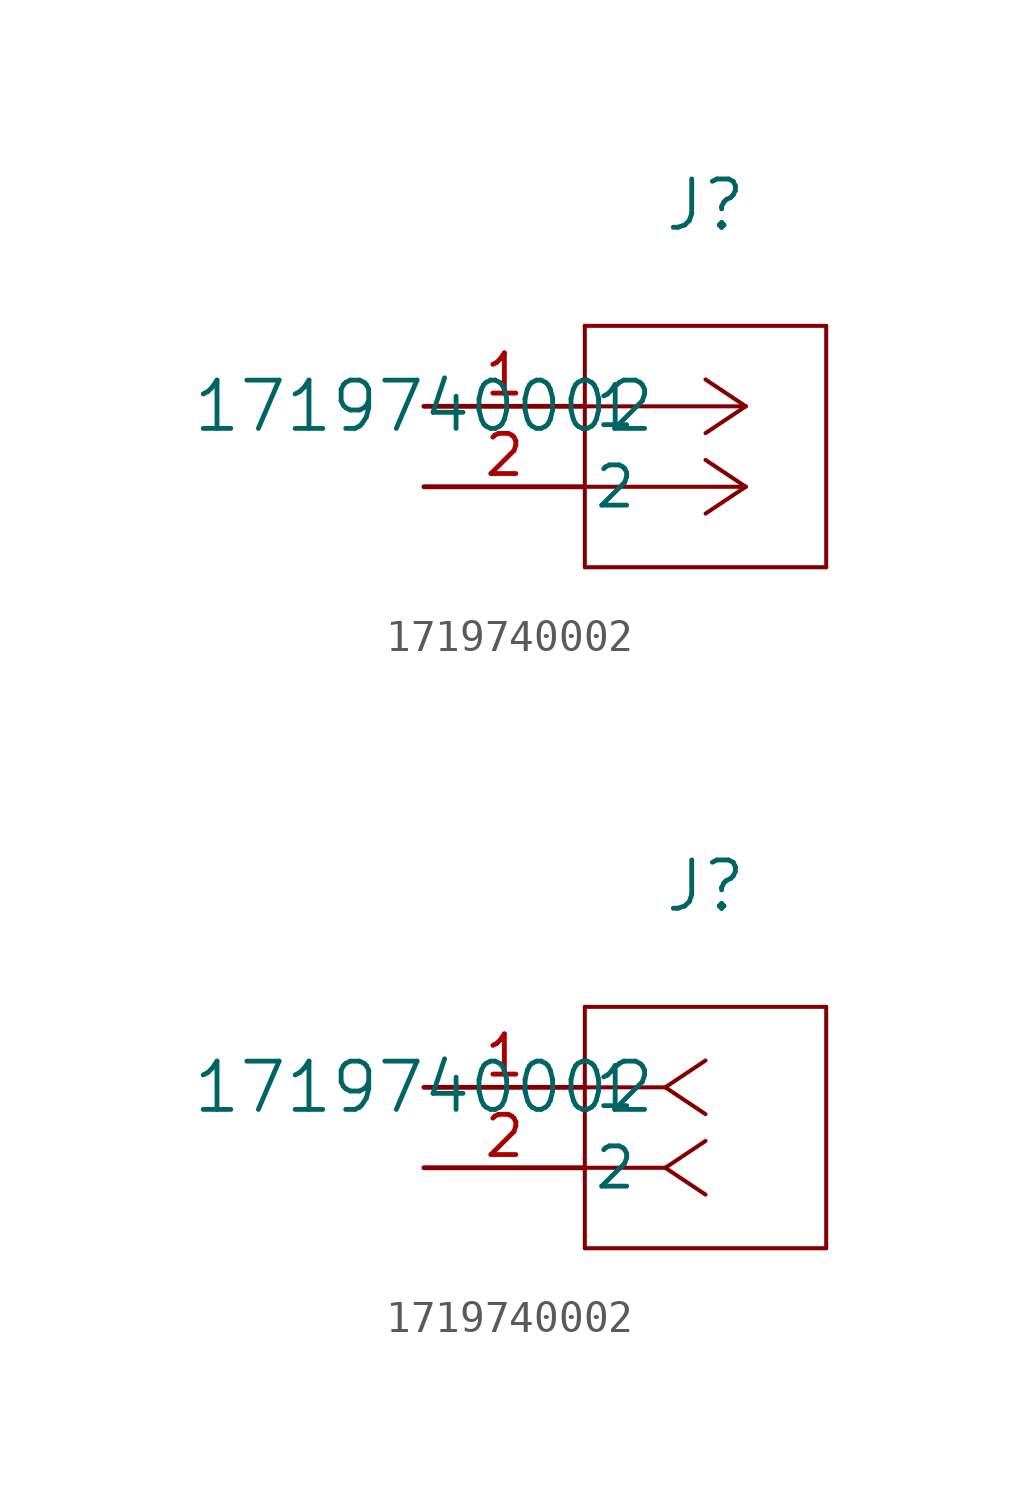
<source format=kicad_sym>
(kicad_symbol_lib
  (version 20211014)
  (generator kicad_symbol_editor)
  (symbol "1719740002"
    (pin_names
      (offset 0.254))
    (property "Reference" "J"
      (at 8.89 6.35 0)
      (effects (font (size 1.524 1.524))))
    (property "Value" "1719740002"
      (at 0 0 0)
      (effects (font (size 1.524 1.524))))
    (symbol "1719740002_1_1"
      (polyline (pts (xy 10.16 0) (xy 5.08 0)) (stroke (width 0.127) (type default) (color 0 0 0 0)) (fill (type none)))
      (polyline (pts (xy 10.16 -2.54) (xy 5.08 -2.54)) (stroke (width 0.127) (type default) (color 0 0 0 0)) (fill (type none)))
      (polyline (pts (xy 10.16 0) (xy 8.89 0.847)) (stroke (width 0.127) (type default) (color 0 0 0 0)) (fill (type none)))
      (polyline (pts (xy 10.16 -2.54) (xy 8.89 -1.693)) (stroke (width 0.127) (type default) (color 0 0 0 0)) (fill (type none)))
      (polyline (pts (xy 10.16 0) (xy 8.89 -0.847)) (stroke (width 0.127) (type default) (color 0 0 0 0)) (fill (type none)))
      (polyline (pts (xy 10.16 -2.54) (xy 8.89 -3.387)) (stroke (width 0.127) (type default) (color 0 0 0 0)) (fill (type none)))
      (polyline (pts (xy 5.08 2.54) (xy 5.08 -5.08)) (stroke (width 0.127) (type default) (color 0 0 0 0)) (fill (type none)))
      (polyline (pts (xy 5.08 -5.08) (xy 12.7 -5.08)) (stroke (width 0.127) (type default) (color 0 0 0 0)) (fill (type none)))
      (polyline (pts (xy 12.7 -5.08) (xy 12.7 2.54)) (stroke (width 0.127) (type default) (color 0 0 0 0)) (fill (type none)))
      (polyline (pts (xy 12.7 2.54) (xy 5.08 2.54)) (stroke (width 0.127) (type default) (color 0 0 0 0)) (fill (type none)))
      (pin unspecified line (at 0 0 0) (length 5.08) (name "1" (effects (font (size 1.27 1.27)))) (number "1" (effects (font (size 1.27 1.27)))))
      (pin unspecified line (at 0 -2.54 0) (length 5.08) (name "2" (effects (font (size 1.27 1.27)))) (number "2" (effects (font (size 1.27 1.27))))))
    (symbol "1719740002_1_2"
      (polyline (pts (xy 7.62 0) (xy 5.08 0)) (stroke (width 0.127) (type default) (color 0 0 0 0)) (fill (type none)))
      (polyline (pts (xy 7.62 -2.54) (xy 5.08 -2.54)) (stroke (width 0.127) (type default) (color 0 0 0 0)) (fill (type none)))
      (polyline (pts (xy 7.62 0) (xy 8.89 0.847)) (stroke (width 0.127) (type default) (color 0 0 0 0)) (fill (type none)))
      (polyline (pts (xy 7.62 -2.54) (xy 8.89 -1.693)) (stroke (width 0.127) (type default) (color 0 0 0 0)) (fill (type none)))
      (polyline (pts (xy 7.62 0) (xy 8.89 -0.847)) (stroke (width 0.127) (type default) (color 0 0 0 0)) (fill (type none)))
      (polyline (pts (xy 7.62 -2.54) (xy 8.89 -3.387)) (stroke (width 0.127) (type default) (color 0 0 0 0)) (fill (type none)))
      (polyline (pts (xy 5.08 2.54) (xy 5.08 -5.08)) (stroke (width 0.127) (type default) (color 0 0 0 0)) (fill (type none)))
      (polyline (pts (xy 5.08 -5.08) (xy 12.7 -5.08)) (stroke (width 0.127) (type default) (color 0 0 0 0)) (fill (type none)))
      (polyline (pts (xy 12.7 -5.08) (xy 12.7 2.54)) (stroke (width 0.127) (type default) (color 0 0 0 0)) (fill (type none)))
      (polyline (pts (xy 12.7 2.54) (xy 5.08 2.54)) (stroke (width 0.127) (type default) (color 0 0 0 0)) (fill (type none)))
      (pin unspecified line (at 0 0 0) (length 5.08) (name "1" (effects (font (size 1.27 1.27)))) (number "1" (effects (font (size 1.27 1.27)))))
      (pin unspecified line (at 0 -2.54 0) (length 5.08) (name "2" (effects (font (size 1.27 1.27)))) (number "2" (effects (font (size 1.27 1.27))))))))
</source>
